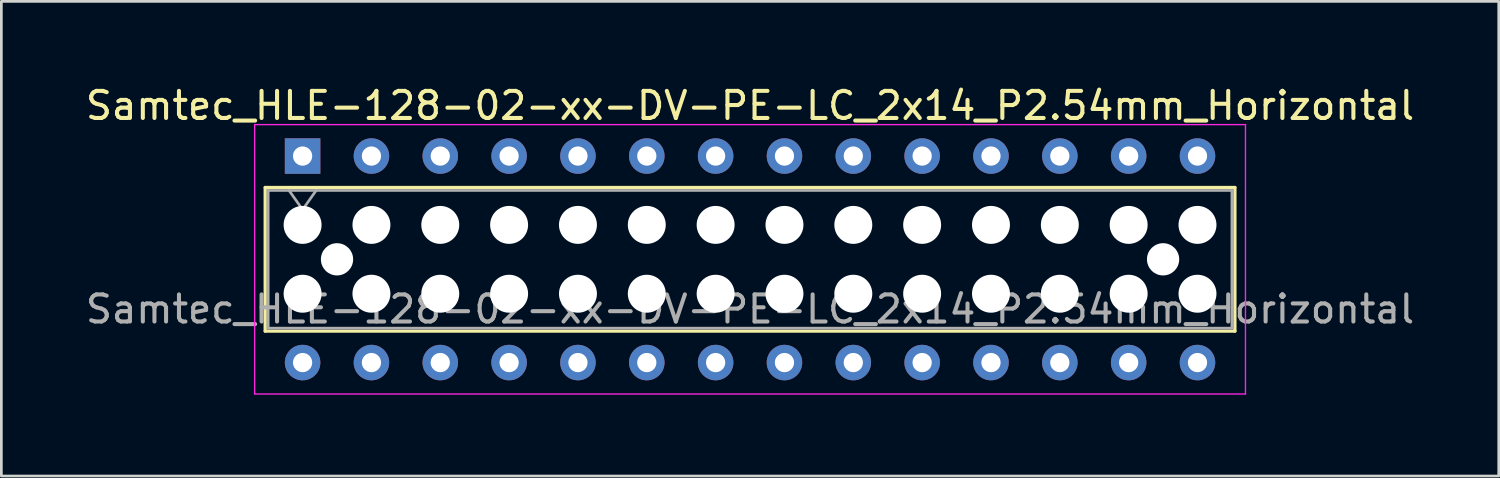
<source format=kicad_pcb>
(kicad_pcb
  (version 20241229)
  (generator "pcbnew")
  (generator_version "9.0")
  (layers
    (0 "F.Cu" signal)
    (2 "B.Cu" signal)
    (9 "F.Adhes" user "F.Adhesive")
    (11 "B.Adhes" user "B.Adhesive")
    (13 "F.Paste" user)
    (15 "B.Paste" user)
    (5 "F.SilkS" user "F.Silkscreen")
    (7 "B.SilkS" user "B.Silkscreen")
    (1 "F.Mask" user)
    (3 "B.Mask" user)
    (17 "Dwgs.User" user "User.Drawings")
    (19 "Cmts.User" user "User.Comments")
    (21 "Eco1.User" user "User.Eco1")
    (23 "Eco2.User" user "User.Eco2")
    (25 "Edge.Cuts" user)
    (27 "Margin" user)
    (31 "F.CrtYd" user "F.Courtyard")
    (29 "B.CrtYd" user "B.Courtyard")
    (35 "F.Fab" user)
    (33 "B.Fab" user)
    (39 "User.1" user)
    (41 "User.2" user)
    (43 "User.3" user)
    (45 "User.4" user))
  (footprint "Samtec_HLE-128-02-xx-DV-PE-LC_2x14_P2.54mm_Horizontal"
    (layer "F.Cu")
    (at 8.115 2.708)
    (property "Reference" "Samtec_HLE-128-02-xx-DV-PE-LC_2x14_P2.54mm_Horizontal" (at 16.51 -1.86 0) (layer "F.SilkS") (effects (font (size 1 1) (thickness 0.15))))
    (attr through_hole)
    (fp_line (start -1.38 1.16) (end 34.4 1.16) (stroke (width 0.12) (type solid)) (layer "F.SilkS"))
    (fp_line (start -1.38 6.46) (end -1.38 1.16) (stroke (width 0.12) (type solid)) (layer "F.SilkS"))
    (fp_line (start 34.4 1.16) (end 34.4 6.46) (stroke (width 0.12) (type solid)) (layer "F.SilkS"))
    (fp_line (start 34.4 6.46) (end -1.38 6.46) (stroke (width 0.12) (type solid)) (layer "F.SilkS"))
    (fp_line (start -1.77 -1.16) (end 34.79 -1.16) (stroke (width 0.05) (type solid)) (layer "F.CrtYd"))
    (fp_line (start -1.77 8.78) (end -1.77 -1.16) (stroke (width 0.05) (type solid)) (layer "F.CrtYd"))
    (fp_line (start 34.79 -1.16) (end 34.79 8.78) (stroke (width 0.05) (type solid)) (layer "F.CrtYd"))
    (fp_line (start 34.79 8.78) (end -1.77 8.78) (stroke (width 0.05) (type solid)) (layer "F.CrtYd"))
    (fp_line (start -1.27 1.27) (end 34.29 1.27) (stroke (width 0.1) (type solid)) (layer "F.Fab"))
    (fp_line (start -1.27 6.35) (end -1.27 1.27) (stroke (width 0.1) (type solid)) (layer "F.Fab"))
    (fp_line (start -0.5 1.27) (end 0 1.977) (stroke (width 0.1) (type solid)) (layer "F.Fab"))
    (fp_line (start 0 1.977) (end 0.5 1.27) (stroke (width 0.1) (type solid)) (layer "F.Fab"))
    (fp_line (start 34.29 1.27) (end 34.29 6.35) (stroke (width 0.1) (type solid)) (layer "F.Fab"))
    (fp_line (start 34.29 6.35) (end -1.27 6.35) (stroke (width 0.1) (type solid)) (layer "F.Fab"))
    (fp_text user "${REFERENCE}" (at 16.51 5.65 0) (layer "F.Fab") (effects (font (size 1 1) (thickness 0.15))))
    (pad "" np_thru_hole circle (at 0 2.54) (size 1.4 1.4) (drill 1.4) (layers "*.Cu" "*.Mask"))
    (pad "" np_thru_hole circle (at 0 5.08) (size 1.4 1.4) (drill 1.4) (layers "*.Cu" "*.Mask"))
    (pad "" np_thru_hole circle (at 1.27 3.81) (size 1.19 1.19) (drill 1.19) (layers "*.Cu" "*.Mask"))
    (pad "" np_thru_hole circle (at 2.54 2.54) (size 1.4 1.4) (drill 1.4) (layers "*.Cu" "*.Mask"))
    (pad "" np_thru_hole circle (at 2.54 5.08) (size 1.4 1.4) (drill 1.4) (layers "*.Cu" "*.Mask"))
    (pad "" np_thru_hole circle (at 5.08 2.54) (size 1.4 1.4) (drill 1.4) (layers "*.Cu" "*.Mask"))
    (pad "" np_thru_hole circle (at 5.08 5.08) (size 1.4 1.4) (drill 1.4) (layers "*.Cu" "*.Mask"))
    (pad "" np_thru_hole circle (at 7.62 2.54) (size 1.4 1.4) (drill 1.4) (layers "*.Cu" "*.Mask"))
    (pad "" np_thru_hole circle (at 7.62 5.08) (size 1.4 1.4) (drill 1.4) (layers "*.Cu" "*.Mask"))
    (pad "" np_thru_hole circle (at 10.16 2.54) (size 1.4 1.4) (drill 1.4) (layers "*.Cu" "*.Mask"))
    (pad "" np_thru_hole circle (at 10.16 5.08) (size 1.4 1.4) (drill 1.4) (layers "*.Cu" "*.Mask"))
    (pad "" np_thru_hole circle (at 12.7 2.54) (size 1.4 1.4) (drill 1.4) (layers "*.Cu" "*.Mask"))
    (pad "" np_thru_hole circle (at 12.7 5.08) (size 1.4 1.4) (drill 1.4) (layers "*.Cu" "*.Mask"))
    (pad "" np_thru_hole circle (at 15.24 2.54) (size 1.4 1.4) (drill 1.4) (layers "*.Cu" "*.Mask"))
    (pad "" np_thru_hole circle (at 15.24 5.08) (size 1.4 1.4) (drill 1.4) (layers "*.Cu" "*.Mask"))
    (pad "" np_thru_hole circle (at 17.78 2.54) (size 1.4 1.4) (drill 1.4) (layers "*.Cu" "*.Mask"))
    (pad "" np_thru_hole circle (at 17.78 5.08) (size 1.4 1.4) (drill 1.4) (layers "*.Cu" "*.Mask"))
    (pad "" np_thru_hole circle (at 20.32 2.54) (size 1.4 1.4) (drill 1.4) (layers "*.Cu" "*.Mask"))
    (pad "" np_thru_hole circle (at 20.32 5.08) (size 1.4 1.4) (drill 1.4) (layers "*.Cu" "*.Mask"))
    (pad "" np_thru_hole circle (at 22.86 2.54) (size 1.4 1.4) (drill 1.4) (layers "*.Cu" "*.Mask"))
    (pad "" np_thru_hole circle (at 22.86 5.08) (size 1.4 1.4) (drill 1.4) (layers "*.Cu" "*.Mask"))
    (pad "" np_thru_hole circle (at 25.4 2.54) (size 1.4 1.4) (drill 1.4) (layers "*.Cu" "*.Mask"))
    (pad "" np_thru_hole circle (at 25.4 5.08) (size 1.4 1.4) (drill 1.4) (layers "*.Cu" "*.Mask"))
    (pad "" np_thru_hole circle (at 27.94 2.54) (size 1.4 1.4) (drill 1.4) (layers "*.Cu" "*.Mask"))
    (pad "" np_thru_hole circle (at 27.94 5.08) (size 1.4 1.4) (drill 1.4) (layers "*.Cu" "*.Mask"))
    (pad "" np_thru_hole circle (at 30.48 2.54) (size 1.4 1.4) (drill 1.4) (layers "*.Cu" "*.Mask"))
    (pad "" np_thru_hole circle (at 30.48 5.08) (size 1.4 1.4) (drill 1.4) (layers "*.Cu" "*.Mask"))
    (pad "" np_thru_hole circle (at 31.75 3.81) (size 1.19 1.19) (drill 1.19) (layers "*.Cu" "*.Mask"))
    (pad "" np_thru_hole circle (at 33.02 2.54) (size 1.4 1.4) (drill 1.4) (layers "*.Cu" "*.Mask"))
    (pad "" np_thru_hole circle (at 33.02 5.08) (size 1.4 1.4) (drill 1.4) (layers "*.Cu" "*.Mask"))
    (pad "1" thru_hole rect (at 0 0) (size 1.31 1.31) (drill 0.71) (layers "*.Cu" "*.Mask"))
    (pad "2" thru_hole circle (at 0 7.62) (size 1.31 1.31) (drill 0.71) (layers "*.Cu" "*.Mask"))
    (pad "3" thru_hole circle (at 2.54 0) (size 1.31 1.31) (drill 0.71) (layers "*.Cu" "*.Mask"))
    (pad "4" thru_hole circle (at 2.54 7.62) (size 1.31 1.31) (drill 0.71) (layers "*.Cu" "*.Mask"))
    (pad "5" thru_hole circle (at 5.08 0) (size 1.31 1.31) (drill 0.71) (layers "*.Cu" "*.Mask"))
    (pad "6" thru_hole circle (at 5.08 7.62) (size 1.31 1.31) (drill 0.71) (layers "*.Cu" "*.Mask"))
    (pad "7" thru_hole circle (at 7.62 0) (size 1.31 1.31) (drill 0.71) (layers "*.Cu" "*.Mask"))
    (pad "8" thru_hole circle (at 7.62 7.62) (size 1.31 1.31) (drill 0.71) (layers "*.Cu" "*.Mask"))
    (pad "9" thru_hole circle (at 10.16 0) (size 1.31 1.31) (drill 0.71) (layers "*.Cu" "*.Mask"))
    (pad "10" thru_hole circle (at 10.16 7.62) (size 1.31 1.31) (drill 0.71) (layers "*.Cu" "*.Mask"))
    (pad "11" thru_hole circle (at 12.7 0) (size 1.31 1.31) (drill 0.71) (layers "*.Cu" "*.Mask"))
    (pad "12" thru_hole circle (at 12.7 7.62) (size 1.31 1.31) (drill 0.71) (layers "*.Cu" "*.Mask"))
    (pad "13" thru_hole circle (at 15.24 0) (size 1.31 1.31) (drill 0.71) (layers "*.Cu" "*.Mask"))
    (pad "14" thru_hole circle (at 15.24 7.62) (size 1.31 1.31) (drill 0.71) (layers "*.Cu" "*.Mask"))
    (pad "15" thru_hole circle (at 17.78 0) (size 1.31 1.31) (drill 0.71) (layers "*.Cu" "*.Mask"))
    (pad "16" thru_hole circle (at 17.78 7.62) (size 1.31 1.31) (drill 0.71) (layers "*.Cu" "*.Mask"))
    (pad "17" thru_hole circle (at 20.32 0) (size 1.31 1.31) (drill 0.71) (layers "*.Cu" "*.Mask"))
    (pad "18" thru_hole circle (at 20.32 7.62) (size 1.31 1.31) (drill 0.71) (layers "*.Cu" "*.Mask"))
    (pad "19" thru_hole circle (at 22.86 0) (size 1.31 1.31) (drill 0.71) (layers "*.Cu" "*.Mask"))
    (pad "20" thru_hole circle (at 22.86 7.62) (size 1.31 1.31) (drill 0.71) (layers "*.Cu" "*.Mask"))
    (pad "21" thru_hole circle (at 25.4 0) (size 1.31 1.31) (drill 0.71) (layers "*.Cu" "*.Mask"))
    (pad "22" thru_hole circle (at 25.4 7.62) (size 1.31 1.31) (drill 0.71) (layers "*.Cu" "*.Mask"))
    (pad "23" thru_hole circle (at 27.94 0) (size 1.31 1.31) (drill 0.71) (layers "*.Cu" "*.Mask"))
    (pad "24" thru_hole circle (at 27.94 7.62) (size 1.31 1.31) (drill 0.71) (layers "*.Cu" "*.Mask"))
    (pad "25" thru_hole circle (at 30.48 0) (size 1.31 1.31) (drill 0.71) (layers "*.Cu" "*.Mask"))
    (pad "26" thru_hole circle (at 30.48 7.62) (size 1.31 1.31) (drill 0.71) (layers "*.Cu" "*.Mask"))
    (pad "27" thru_hole circle (at 33.02 0) (size 1.31 1.31) (drill 0.71) (layers "*.Cu" "*.Mask"))
    (pad "28" thru_hole circle (at 33.02 7.62) (size 1.31 1.31) (drill 0.71) (layers "*.Cu" "*.Mask")))
  (gr_rect
    (start -3 -3)
    (end 52.25 14.513)
    (stroke (width 0.1) (type default))
    (fill no)
    (layer "Edge.Cuts")))
</source>
